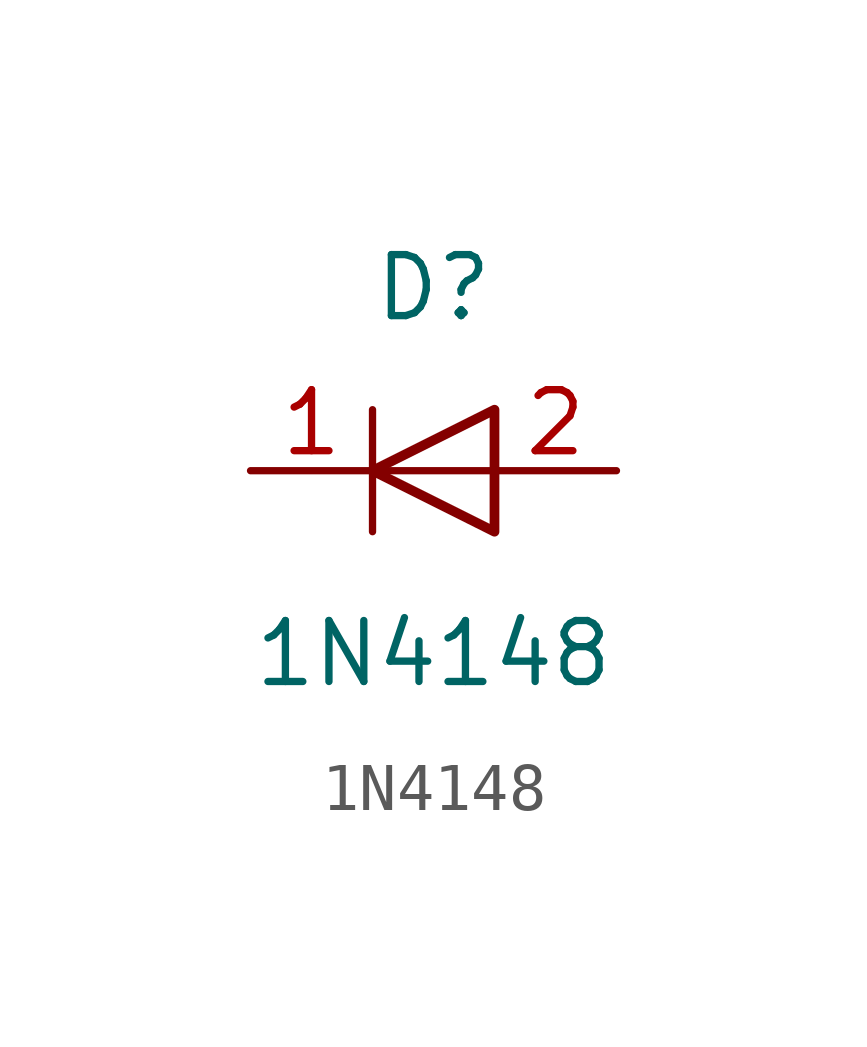
<source format=kicad_sym>
(kicad_symbol_lib
  (version 20220914)
  (generator kicad_symbol_editor)
  (symbol "1N4148"
    (pin_names
      (offset 0) hide)
    (property "Reference" "D"
      (at 0 0 0)
      (effects (font (size 1.27 1.27))))
    (property "Value" "1N4148"
      (at 0 -7.62 0)
      (effects (font (size 1.27 1.27))))
    (symbol "1N4148_0_1"
      (polyline (pts (xy -1.27 -2.54) (xy -1.27 -5.08)) (stroke (width 0) (type default)) (fill (type none))))
    (symbol "1N4148_1_1"
      (polyline (pts (xy 1.27 -3.81) (xy -1.27 -3.81)) (stroke (width 0) (type default)) (fill (type none)))
      (polyline (pts (xy 1.27 -2.54) (xy 1.27 -5.08) (xy -1.27 -3.81) (xy 1.27 -2.54)) (stroke (width 0.203) (type default)) (fill (type none)))
      (pin passive line (at -3.81 -3.81 0) (length 2.54) (name "K" (effects (font (size 1.27 1.27)))) (number "1" (effects (font (size 1.27 1.27)))))
      (pin passive line (at 3.81 -3.81 180) (length 2.54) (name "A" (effects (font (size 1.27 1.27)))) (number "2" (effects (font (size 1.27 1.27))))))))
</source>
